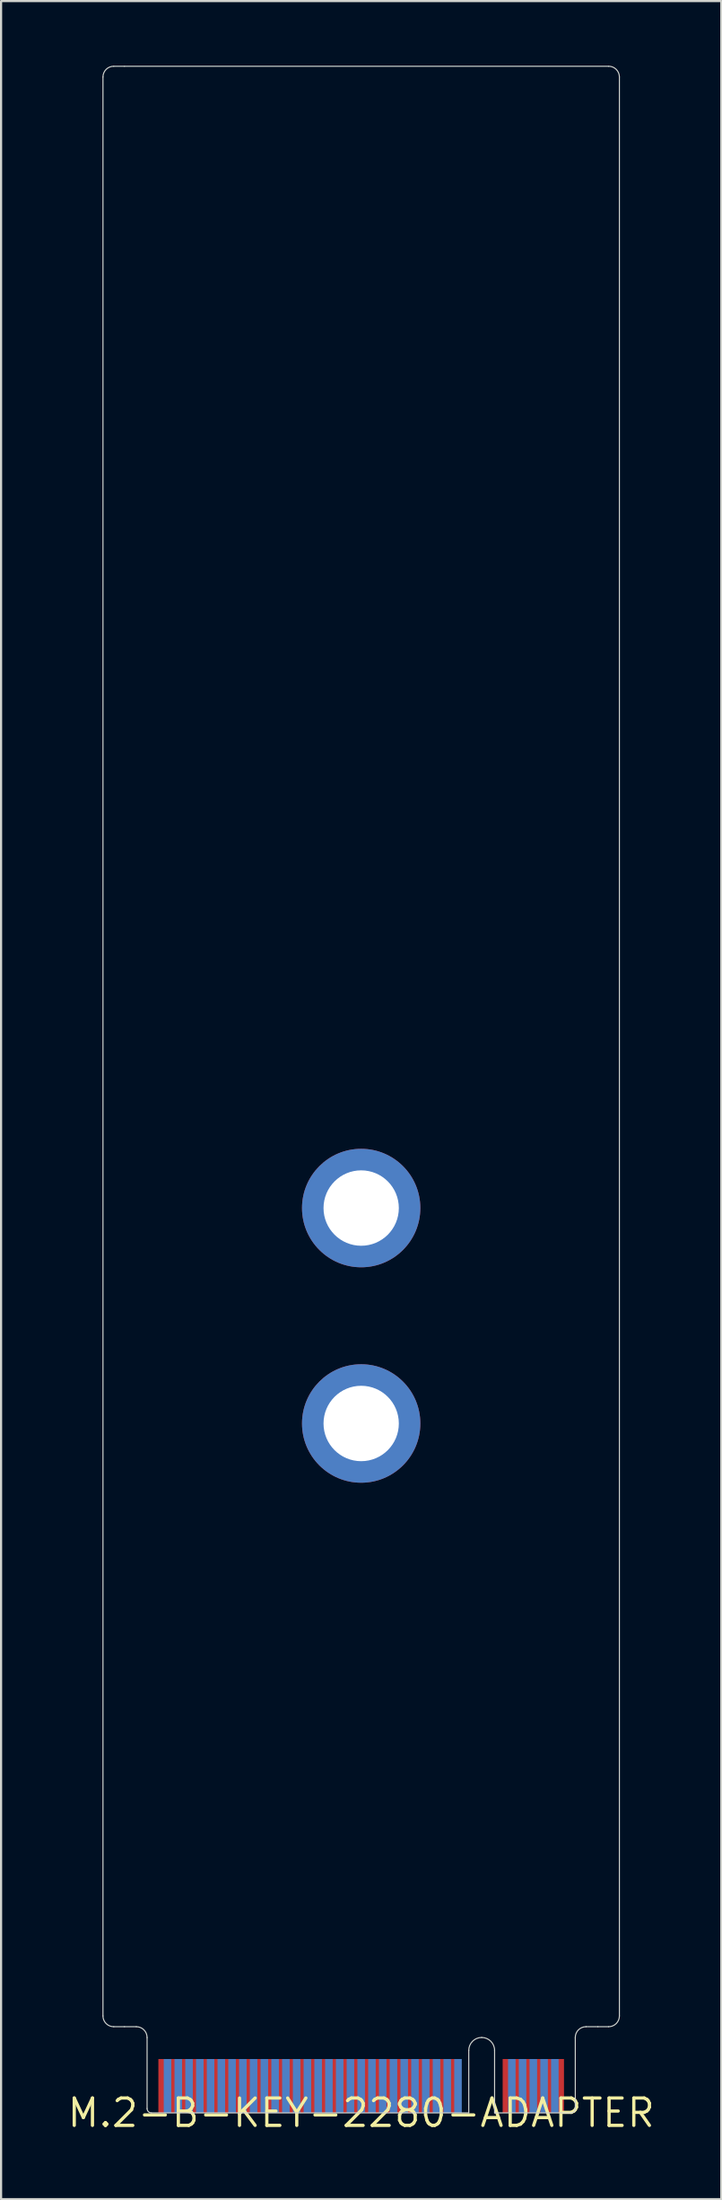
<source format=kicad_pcb>
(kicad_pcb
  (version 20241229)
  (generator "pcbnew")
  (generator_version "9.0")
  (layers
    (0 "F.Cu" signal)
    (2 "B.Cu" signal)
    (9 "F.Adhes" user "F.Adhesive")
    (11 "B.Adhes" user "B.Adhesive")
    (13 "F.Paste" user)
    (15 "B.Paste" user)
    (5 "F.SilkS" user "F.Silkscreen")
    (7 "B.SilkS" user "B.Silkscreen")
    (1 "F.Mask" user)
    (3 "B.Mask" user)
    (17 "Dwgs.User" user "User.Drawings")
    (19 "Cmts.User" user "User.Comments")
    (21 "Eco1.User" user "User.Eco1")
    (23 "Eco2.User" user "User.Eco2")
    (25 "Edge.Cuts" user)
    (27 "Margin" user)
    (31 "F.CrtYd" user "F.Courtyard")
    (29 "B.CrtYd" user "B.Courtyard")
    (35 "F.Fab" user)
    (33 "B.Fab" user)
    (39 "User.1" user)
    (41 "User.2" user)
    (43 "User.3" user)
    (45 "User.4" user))
  (footprint "M.2-B-KEY-2280-ADAPTER"
    (layer "F.Cu")
    (at 13.735 95.025)
    (property "Reference" "M.2-B-KEY-2280-ADAPTER" (at 0 0 0) (layer "F.SilkS") (effects (font (size 1.27 1.27) (thickness 0.15))))
    (attr through_hole)
    (fp_line (start -12 -94.5) (end -12 -4.5) (stroke (width 0.05) (type solid)) (layer "Edge.Cuts"))
    (fp_line (start -11.5 -4) (end -11 -4) (stroke (width 0.05) (type solid)) (layer "Edge.Cuts"))
    (fp_line (start -11 -95) (end -11.5 -95) (stroke (width 0.05) (type solid)) (layer "Edge.Cuts"))
    (fp_line (start -11 -4) (end -10.45 -4) (stroke (width 0.05) (type solid)) (layer "Edge.Cuts"))
    (fp_line (start -9.95 -3.5) (end -9.95 -0.2) (stroke (width 0.05) (type solid)) (layer "Edge.Cuts"))
    (fp_line (start -9.75 0) (end 5 0) (stroke (width 0.05) (type solid)) (layer "Edge.Cuts"))
    (fp_line (start 5 -2.9) (end 5 0) (stroke (width 0.05) (type solid)) (layer "Edge.Cuts"))
    (fp_line (start 6.2 -2.9) (end 6.2 0) (stroke (width 0.05) (type solid)) (layer "Edge.Cuts"))
    (fp_line (start 6.2 0) (end 9.75 0) (stroke (width 0.05) (type solid)) (layer "Edge.Cuts"))
    (fp_line (start 9.95 -0.2) (end 9.95 -3.5) (stroke (width 0.05) (type solid)) (layer "Edge.Cuts"))
    (fp_line (start 11 -4) (end 10.45 -4) (stroke (width 0.05) (type solid)) (layer "Edge.Cuts"))
    (fp_line (start 11.5 -95) (end -11 -95) (stroke (width 0.05) (type solid)) (layer "Edge.Cuts"))
    (fp_line (start 11.5 -4) (end 11 -4) (stroke (width 0.05) (type solid)) (layer "Edge.Cuts"))
    (fp_line (start 12 -4.5) (end 12 -94.5) (stroke (width 0.05) (type solid)) (layer "Edge.Cuts"))
    (fp_arc (start -12 -94.5) (mid -11.853553 -94.853553) (end -11.5 -95) (stroke (width 0.05) (type solid)) (layer "Edge.Cuts"))
    (fp_arc (start -11.5 -4) (mid -11.853553 -4.146447) (end -12 -4.5) (stroke (width 0.05) (type solid)) (layer "Edge.Cuts"))
    (fp_arc (start -10.45 -4) (mid -10.096447 -3.853553) (end -9.95 -3.5) (stroke (width 0.05) (type solid)) (layer "Edge.Cuts"))
    (fp_arc (start -9.75 0) (mid -9.891421 -0.058579) (end -9.95 -0.2) (stroke (width 0.05) (type solid)) (layer "Edge.Cuts"))
    (fp_arc (start 5 -2.9) (mid 5.175736 -3.324264) (end 5.6 -3.5) (stroke (width 0.05) (type solid)) (layer "Edge.Cuts"))
    (fp_arc (start 5.6 -3.5) (mid 6.024264 -3.324264) (end 6.2 -2.9) (stroke (width 0.05) (type solid)) (layer "Edge.Cuts"))
    (fp_arc (start 9.95 -3.5) (mid 10.096447 -3.853553) (end 10.45 -4) (stroke (width 0.05) (type solid)) (layer "Edge.Cuts"))
    (fp_arc (start 9.95 -0.2) (mid 9.891421 -0.058579) (end 9.75 0) (stroke (width 0.05) (type solid)) (layer "Edge.Cuts"))
    (fp_arc (start 11.5 -95) (mid 11.853553 -94.853553) (end 12 -94.5) (stroke (width 0.05) (type solid)) (layer "Edge.Cuts"))
    (fp_arc (start 12 -4.5) (mid 11.853553 -4.146447) (end 11.5 -4) (stroke (width 0.05) (type solid)) (layer "Edge.Cuts"))
    (pad "MOUNTING-HOLE" thru_hole circle (at 0 -42) (size 5.5 5.5) (drill 3.5) (layers "*.Cu" "*.Mask"))
    (pad "MOUNTING-HOLE2" thru_hole circle (at 0 -32) (size 5.5 5.5) (drill 3.5) (layers "*.Cu" "*.Mask"))
    (pad "P$1" smd rect (at 9.25 -1.25) (size 0.35 2.5) (layers "F.Cu" "F.Mask" "F.Paste"))
    (pad "P$2" smd rect (at 9 -1.25) (size 0.35 2.5) (layers "B.Cu" "B.Mask" "B.Paste"))
    (pad "P$3" smd rect (at 8.75 -1.25) (size 0.35 2.5) (layers "F.Cu" "F.Mask" "F.Paste"))
    (pad "P$4" smd rect (at 8.5 -1.25) (size 0.35 2.5) (layers "B.Cu" "B.Mask" "B.Paste"))
    (pad "P$5" smd rect (at 8.25 -1.25) (size 0.35 2.5) (layers "F.Cu" "F.Mask" "F.Paste"))
    (pad "P$6" smd rect (at 8 -1.25) (size 0.35 2.5) (layers "B.Cu" "B.Mask" "B.Paste"))
    (pad "P$7" smd rect (at 7.75 -1.25) (size 0.35 2.5) (layers "F.Cu" "F.Mask" "F.Paste"))
    (pad "P$8" smd rect (at 7.5 -1.25) (size 0.35 2.5) (layers "B.Cu" "B.Mask" "B.Paste"))
    (pad "P$9" smd rect (at 7.25 -1.25) (size 0.35 2.5) (layers "F.Cu" "F.Mask" "F.Paste"))
    (pad "P$10" smd rect (at 7 -1.25) (size 0.35 2.5) (layers "B.Cu" "B.Mask" "B.Paste"))
    (pad "P$11" smd rect (at 6.75 -1.25) (size 0.35 2.5) (layers "F.Cu" "F.Mask" "F.Paste"))
    (pad "P$20" smd rect (at 4.5 -1.25) (size 0.35 2.5) (layers "B.Cu" "B.Mask" "B.Paste"))
    (pad "P$21" smd rect (at 4.25 -1.25) (size 0.35 2.5) (layers "F.Cu" "F.Mask" "F.Paste"))
    (pad "P$22" smd rect (at 4 -1.25) (size 0.35 2.5) (layers "B.Cu" "B.Mask" "B.Paste"))
    (pad "P$23" smd rect (at 3.75 -1.25) (size 0.35 2.5) (layers "F.Cu" "F.Mask" "F.Paste"))
    (pad "P$24" smd rect (at 3.5 -1.25) (size 0.35 2.5) (layers "B.Cu" "B.Mask" "B.Paste"))
    (pad "P$25" smd rect (at 3.25 -1.25) (size 0.35 2.5) (layers "F.Cu" "F.Mask" "F.Paste"))
    (pad "P$26" smd rect (at 3 -1.25) (size 0.35 2.5) (layers "B.Cu" "B.Mask" "B.Paste"))
    (pad "P$27" smd rect (at 2.75 -1.25) (size 0.35 2.5) (layers "F.Cu" "F.Mask" "F.Paste"))
    (pad "P$28" smd rect (at 2.5 -1.25) (size 0.35 2.5) (layers "B.Cu" "B.Mask" "B.Paste"))
    (pad "P$29" smd rect (at 2.25 -1.25) (size 0.35 2.5) (layers "F.Cu" "F.Mask" "F.Paste"))
    (pad "P$30" smd rect (at 2 -1.25) (size 0.35 2.5) (layers "B.Cu" "B.Mask" "B.Paste"))
    (pad "P$31" smd rect (at 1.75 -1.25) (size 0.35 2.5) (layers "F.Cu" "F.Mask" "F.Paste"))
    (pad "P$32" smd rect (at 1.5 -1.25) (size 0.35 2.5) (layers "B.Cu" "B.Mask" "B.Paste"))
    (pad "P$33" smd rect (at 1.25 -1.25) (size 0.35 2.5) (layers "F.Cu" "F.Mask" "F.Paste"))
    (pad "P$34" smd rect (at 1 -1.25) (size 0.35 2.5) (layers "B.Cu" "B.Mask" "B.Paste"))
    (pad "P$35" smd rect (at 0.75 -1.25) (size 0.35 2.5) (layers "F.Cu" "F.Mask" "F.Paste"))
    (pad "P$36" smd rect (at 0.5 -1.25) (size 0.35 2.5) (layers "B.Cu" "B.Mask" "B.Paste"))
    (pad "P$37" smd rect (at 0.25 -1.25) (size 0.35 2.5) (layers "F.Cu" "F.Mask" "F.Paste"))
    (pad "P$38" smd rect (at 0 -1.25) (size 0.35 2.5) (layers "B.Cu" "B.Mask" "B.Paste"))
    (pad "P$39" smd rect (at -0.25 -1.25) (size 0.35 2.5) (layers "F.Cu" "F.Mask" "F.Paste"))
    (pad "P$40" smd rect (at -0.5 -1.25) (size 0.35 2.5) (layers "B.Cu" "B.Mask" "B.Paste"))
    (pad "P$41" smd rect (at -0.75 -1.25) (size 0.35 2.5) (layers "F.Cu" "F.Mask" "F.Paste"))
    (pad "P$42" smd rect (at -1 -1.25) (size 0.35 2.5) (layers "B.Cu" "B.Mask" "B.Paste"))
    (pad "P$43" smd rect (at -1.25 -1.25) (size 0.35 2.5) (layers "F.Cu" "F.Mask" "F.Paste"))
    (pad "P$44" smd rect (at -1.5 -1.25) (size 0.35 2.5) (layers "B.Cu" "B.Mask" "B.Paste"))
    (pad "P$45" smd rect (at -1.75 -1.25) (size 0.35 2.5) (layers "F.Cu" "F.Mask" "F.Paste"))
    (pad "P$46" smd rect (at -2 -1.25) (size 0.35 2.5) (layers "B.Cu" "B.Mask" "B.Paste"))
    (pad "P$47" smd rect (at -2.25 -1.25) (size 0.35 2.5) (layers "F.Cu" "F.Mask" "F.Paste"))
    (pad "P$48" smd rect (at -2.5 -1.25) (size 0.35 2.5) (layers "B.Cu" "B.Mask" "B.Paste"))
    (pad "P$49" smd rect (at -2.75 -1.25) (size 0.35 2.5) (layers "F.Cu" "F.Mask" "F.Paste"))
    (pad "P$50" smd rect (at -3 -1.25) (size 0.35 2.5) (layers "B.Cu" "B.Mask" "B.Paste"))
    (pad "P$51" smd rect (at -3.25 -1.25) (size 0.35 2.5) (layers "F.Cu" "F.Mask" "F.Paste"))
    (pad "P$52" smd rect (at -3.5 -1.25) (size 0.35 2.5) (layers "B.Cu" "B.Mask" "B.Paste"))
    (pad "P$53" smd rect (at -3.75 -1.25) (size 0.35 2.5) (layers "F.Cu" "F.Mask" "F.Paste"))
    (pad "P$54" smd rect (at -4 -1.25) (size 0.35 2.5) (layers "B.Cu" "B.Mask" "B.Paste"))
    (pad "P$55" smd rect (at -4.25 -1.25) (size 0.35 2.5) (layers "F.Cu" "F.Mask" "F.Paste"))
    (pad "P$56" smd rect (at -4.5 -1.25) (size 0.35 2.5) (layers "B.Cu" "B.Mask" "B.Paste"))
    (pad "P$57" smd rect (at -4.75 -1.25) (size 0.35 2.5) (layers "F.Cu" "F.Mask" "F.Paste"))
    (pad "P$58" smd rect (at -5 -1.25) (size 0.35 2.5) (layers "B.Cu" "B.Mask" "B.Paste"))
    (pad "P$59" smd rect (at -5.25 -1.25) (size 0.35 2.5) (layers "F.Cu" "F.Mask" "F.Paste"))
    (pad "P$60" smd rect (at -5.5 -1.25) (size 0.35 2.5) (layers "B.Cu" "B.Mask" "B.Paste"))
    (pad "P$61" smd rect (at -5.75 -1.25) (size 0.35 2.5) (layers "F.Cu" "F.Mask" "F.Paste"))
    (pad "P$62" smd rect (at -6 -1.25) (size 0.35 2.5) (layers "B.Cu" "B.Mask" "B.Paste"))
    (pad "P$63" smd rect (at -6.25 -1.25) (size 0.35 2.5) (layers "F.Cu" "F.Mask" "F.Paste"))
    (pad "P$64" smd rect (at -6.5 -1.25) (size 0.35 2.5) (layers "B.Cu" "B.Mask" "B.Paste"))
    (pad "P$65" smd rect (at -6.75 -1.25) (size 0.35 2.5) (layers "F.Cu" "F.Mask" "F.Paste"))
    (pad "P$66" smd rect (at -7 -1.25) (size 0.35 2.5) (layers "B.Cu" "B.Mask" "B.Paste"))
    (pad "P$67" smd rect (at -7.25 -1.25) (size 0.35 2.5) (layers "F.Cu" "F.Mask" "F.Paste"))
    (pad "P$68" smd rect (at -7.5 -1.25) (size 0.35 2.5) (layers "B.Cu" "B.Mask" "B.Paste"))
    (pad "P$69" smd rect (at -7.75 -1.25) (size 0.35 2.5) (layers "F.Cu" "F.Mask" "F.Paste"))
    (pad "P$70" smd rect (at -8 -1.25) (size 0.35 2.5) (layers "B.Cu" "B.Mask" "B.Paste"))
    (pad "P$71" smd rect (at -8.25 -1.25) (size 0.35 2.5) (layers "F.Cu" "F.Mask" "F.Paste"))
    (pad "P$72" smd rect (at -8.5 -1.25) (size 0.35 2.5) (layers "B.Cu" "B.Mask" "B.Paste"))
    (pad "P$73" smd rect (at -8.75 -1.25) (size 0.35 2.5) (layers "F.Cu" "F.Mask" "F.Paste"))
    (pad "P$74" smd rect (at -9 -1.25) (size 0.35 2.5) (layers "B.Cu" "B.Mask" "B.Paste"))
    (pad "P$75" smd rect (at -9.25 -1.25) (size 0.35 2.5) (layers "F.Cu" "F.Mask" "F.Paste")))
  (gr_rect
    (start -3 -3)
    (end 30.471 99.031)
    (stroke (width 0.1) (type default))
    (fill no)
    (layer "Edge.Cuts")))
</source>
